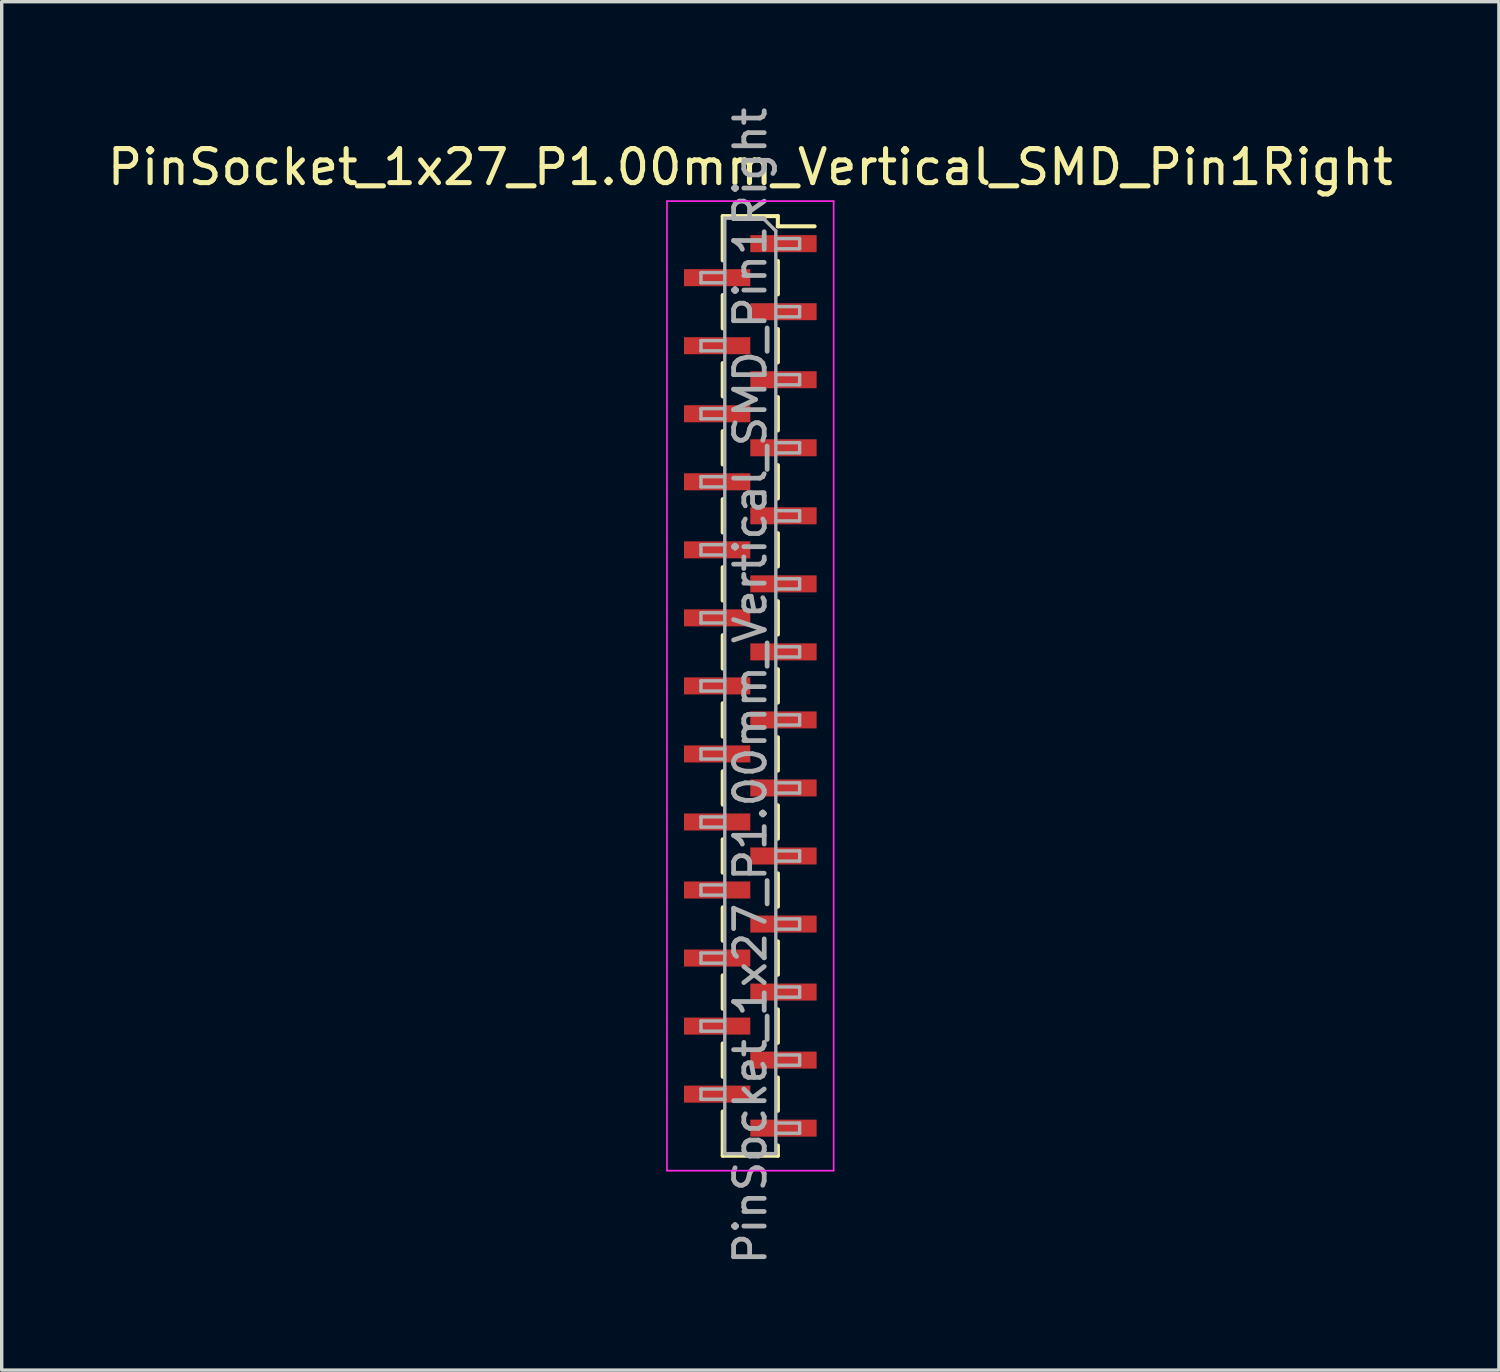
<source format=kicad_pcb>
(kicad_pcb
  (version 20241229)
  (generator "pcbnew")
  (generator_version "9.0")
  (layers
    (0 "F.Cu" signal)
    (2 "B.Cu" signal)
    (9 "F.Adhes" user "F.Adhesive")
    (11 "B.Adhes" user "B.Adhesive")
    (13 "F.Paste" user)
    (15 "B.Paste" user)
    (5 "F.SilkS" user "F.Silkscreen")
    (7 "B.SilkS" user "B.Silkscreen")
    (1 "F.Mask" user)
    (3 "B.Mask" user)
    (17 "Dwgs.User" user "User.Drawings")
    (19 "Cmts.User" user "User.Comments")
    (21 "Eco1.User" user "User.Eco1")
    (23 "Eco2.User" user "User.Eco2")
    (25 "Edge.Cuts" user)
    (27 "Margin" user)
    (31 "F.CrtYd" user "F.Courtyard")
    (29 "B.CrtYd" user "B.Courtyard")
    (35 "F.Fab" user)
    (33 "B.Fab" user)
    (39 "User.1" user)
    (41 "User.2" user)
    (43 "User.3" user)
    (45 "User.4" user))
  (footprint "PinSocket_1x27_P1.00mm_Vertical_SMD_Pin1Right"
    (layer "F.Cu")
    (at 19.006 17.113)
    (property "Reference" "PinSocket_1x27_P1.00mm_Vertical_SMD_Pin1Right" (at 0 -15.25 0) (layer "F.SilkS") (effects (font (size 1 1) (thickness 0.15))))
    (attr smd)
    (fp_line (start -0.81 -13.81) (end -0.81 -12.51) (stroke (width 0.12) (type solid)) (layer "F.SilkS"))
    (fp_line (start -0.81 -13.81) (end 0.81 -13.81) (stroke (width 0.12) (type solid)) (layer "F.SilkS"))
    (fp_line (start -0.81 -11.49) (end -0.81 -10.51) (stroke (width 0.12) (type solid)) (layer "F.SilkS"))
    (fp_line (start -0.81 -9.49) (end -0.81 -8.51) (stroke (width 0.12) (type solid)) (layer "F.SilkS"))
    (fp_line (start -0.81 -7.49) (end -0.81 -6.51) (stroke (width 0.12) (type solid)) (layer "F.SilkS"))
    (fp_line (start -0.81 -5.49) (end -0.81 -4.51) (stroke (width 0.12) (type solid)) (layer "F.SilkS"))
    (fp_line (start -0.81 -3.49) (end -0.81 -2.51) (stroke (width 0.12) (type solid)) (layer "F.SilkS"))
    (fp_line (start -0.81 -1.49) (end -0.81 -0.51) (stroke (width 0.12) (type solid)) (layer "F.SilkS"))
    (fp_line (start -0.81 0.51) (end -0.81 1.49) (stroke (width 0.12) (type solid)) (layer "F.SilkS"))
    (fp_line (start -0.81 2.51) (end -0.81 3.49) (stroke (width 0.12) (type solid)) (layer "F.SilkS"))
    (fp_line (start -0.81 4.51) (end -0.81 5.49) (stroke (width 0.12) (type solid)) (layer "F.SilkS"))
    (fp_line (start -0.81 6.51) (end -0.81 7.49) (stroke (width 0.12) (type solid)) (layer "F.SilkS"))
    (fp_line (start -0.81 8.51) (end -0.81 9.49) (stroke (width 0.12) (type solid)) (layer "F.SilkS"))
    (fp_line (start -0.81 10.51) (end -0.81 11.49) (stroke (width 0.12) (type solid)) (layer "F.SilkS"))
    (fp_line (start -0.81 12.51) (end -0.81 13.81) (stroke (width 0.12) (type solid)) (layer "F.SilkS"))
    (fp_line (start -0.81 13.81) (end 0.81 13.81) (stroke (width 0.12) (type solid)) (layer "F.SilkS"))
    (fp_line (start 0.81 -13.81) (end 0.81 -13.51) (stroke (width 0.12) (type solid)) (layer "F.SilkS"))
    (fp_line (start 0.81 -13.51) (end 1.89 -13.51) (stroke (width 0.12) (type solid)) (layer "F.SilkS"))
    (fp_line (start 0.81 -12.49) (end 0.81 -11.51) (stroke (width 0.12) (type solid)) (layer "F.SilkS"))
    (fp_line (start 0.81 -10.49) (end 0.81 -9.51) (stroke (width 0.12) (type solid)) (layer "F.SilkS"))
    (fp_line (start 0.81 -8.49) (end 0.81 -7.51) (stroke (width 0.12) (type solid)) (layer "F.SilkS"))
    (fp_line (start 0.81 -6.49) (end 0.81 -5.51) (stroke (width 0.12) (type solid)) (layer "F.SilkS"))
    (fp_line (start 0.81 -4.49) (end 0.81 -3.51) (stroke (width 0.12) (type solid)) (layer "F.SilkS"))
    (fp_line (start 0.81 -2.49) (end 0.81 -1.51) (stroke (width 0.12) (type solid)) (layer "F.SilkS"))
    (fp_line (start 0.81 -0.49) (end 0.81 0.49) (stroke (width 0.12) (type solid)) (layer "F.SilkS"))
    (fp_line (start 0.81 1.51) (end 0.81 2.49) (stroke (width 0.12) (type solid)) (layer "F.SilkS"))
    (fp_line (start 0.81 3.51) (end 0.81 4.49) (stroke (width 0.12) (type solid)) (layer "F.SilkS"))
    (fp_line (start 0.81 5.51) (end 0.81 6.49) (stroke (width 0.12) (type solid)) (layer "F.SilkS"))
    (fp_line (start 0.81 7.51) (end 0.81 8.49) (stroke (width 0.12) (type solid)) (layer "F.SilkS"))
    (fp_line (start 0.81 9.51) (end 0.81 10.49) (stroke (width 0.12) (type solid)) (layer "F.SilkS"))
    (fp_line (start 0.81 11.51) (end 0.81 12.49) (stroke (width 0.12) (type solid)) (layer "F.SilkS"))
    (fp_line (start 0.81 13.51) (end 0.81 13.81) (stroke (width 0.12) (type solid)) (layer "F.SilkS"))
    (fp_line (start -2.45 -14.25) (end 2.45 -14.25) (stroke (width 0.05) (type solid)) (layer "F.CrtYd"))
    (fp_line (start -2.45 14.25) (end -2.45 -14.25) (stroke (width 0.05) (type solid)) (layer "F.CrtYd"))
    (fp_line (start 2.45 -14.25) (end 2.45 14.25) (stroke (width 0.05) (type solid)) (layer "F.CrtYd"))
    (fp_line (start 2.45 14.25) (end -2.45 14.25) (stroke (width 0.05) (type solid)) (layer "F.CrtYd"))
    (fp_line (start -1.45 -12.15) (end -0.75 -12.15) (stroke (width 0.1) (type solid)) (layer "F.Fab"))
    (fp_line (start -1.45 -11.85) (end -1.45 -12.15) (stroke (width 0.1) (type solid)) (layer "F.Fab"))
    (fp_line (start -1.45 -10.15) (end -0.75 -10.15) (stroke (width 0.1) (type solid)) (layer "F.Fab"))
    (fp_line (start -1.45 -9.85) (end -1.45 -10.15) (stroke (width 0.1) (type solid)) (layer "F.Fab"))
    (fp_line (start -1.45 -8.15) (end -0.75 -8.15) (stroke (width 0.1) (type solid)) (layer "F.Fab"))
    (fp_line (start -1.45 -7.85) (end -1.45 -8.15) (stroke (width 0.1) (type solid)) (layer "F.Fab"))
    (fp_line (start -1.45 -6.15) (end -0.75 -6.15) (stroke (width 0.1) (type solid)) (layer "F.Fab"))
    (fp_line (start -1.45 -5.85) (end -1.45 -6.15) (stroke (width 0.1) (type solid)) (layer "F.Fab"))
    (fp_line (start -1.45 -4.15) (end -0.75 -4.15) (stroke (width 0.1) (type solid)) (layer "F.Fab"))
    (fp_line (start -1.45 -3.85) (end -1.45 -4.15) (stroke (width 0.1) (type solid)) (layer "F.Fab"))
    (fp_line (start -1.45 -2.15) (end -0.75 -2.15) (stroke (width 0.1) (type solid)) (layer "F.Fab"))
    (fp_line (start -1.45 -1.85) (end -1.45 -2.15) (stroke (width 0.1) (type solid)) (layer "F.Fab"))
    (fp_line (start -1.45 -0.15) (end -0.75 -0.15) (stroke (width 0.1) (type solid)) (layer "F.Fab"))
    (fp_line (start -1.45 0.15) (end -1.45 -0.15) (stroke (width 0.1) (type solid)) (layer "F.Fab"))
    (fp_line (start -1.45 1.85) (end -0.75 1.85) (stroke (width 0.1) (type solid)) (layer "F.Fab"))
    (fp_line (start -1.45 2.15) (end -1.45 1.85) (stroke (width 0.1) (type solid)) (layer "F.Fab"))
    (fp_line (start -1.45 3.85) (end -0.75 3.85) (stroke (width 0.1) (type solid)) (layer "F.Fab"))
    (fp_line (start -1.45 4.15) (end -1.45 3.85) (stroke (width 0.1) (type solid)) (layer "F.Fab"))
    (fp_line (start -1.45 5.85) (end -0.75 5.85) (stroke (width 0.1) (type solid)) (layer "F.Fab"))
    (fp_line (start -1.45 6.15) (end -1.45 5.85) (stroke (width 0.1) (type solid)) (layer "F.Fab"))
    (fp_line (start -1.45 7.85) (end -0.75 7.85) (stroke (width 0.1) (type solid)) (layer "F.Fab"))
    (fp_line (start -1.45 8.15) (end -1.45 7.85) (stroke (width 0.1) (type solid)) (layer "F.Fab"))
    (fp_line (start -1.45 9.85) (end -0.75 9.85) (stroke (width 0.1) (type solid)) (layer "F.Fab"))
    (fp_line (start -1.45 10.15) (end -1.45 9.85) (stroke (width 0.1) (type solid)) (layer "F.Fab"))
    (fp_line (start -1.45 11.85) (end -0.75 11.85) (stroke (width 0.1) (type solid)) (layer "F.Fab"))
    (fp_line (start -1.45 12.15) (end -1.45 11.85) (stroke (width 0.1) (type solid)) (layer "F.Fab"))
    (fp_line (start -0.75 -13.75) (end 0.375 -13.75) (stroke (width 0.1) (type solid)) (layer "F.Fab"))
    (fp_line (start -0.75 -11.85) (end -1.45 -11.85) (stroke (width 0.1) (type solid)) (layer "F.Fab"))
    (fp_line (start -0.75 -9.85) (end -1.45 -9.85) (stroke (width 0.1) (type solid)) (layer "F.Fab"))
    (fp_line (start -0.75 -7.85) (end -1.45 -7.85) (stroke (width 0.1) (type solid)) (layer "F.Fab"))
    (fp_line (start -0.75 -5.85) (end -1.45 -5.85) (stroke (width 0.1) (type solid)) (layer "F.Fab"))
    (fp_line (start -0.75 -3.85) (end -1.45 -3.85) (stroke (width 0.1) (type solid)) (layer "F.Fab"))
    (fp_line (start -0.75 -1.85) (end -1.45 -1.85) (stroke (width 0.1) (type solid)) (layer "F.Fab"))
    (fp_line (start -0.75 0.15) (end -1.45 0.15) (stroke (width 0.1) (type solid)) (layer "F.Fab"))
    (fp_line (start -0.75 2.15) (end -1.45 2.15) (stroke (width 0.1) (type solid)) (layer "F.Fab"))
    (fp_line (start -0.75 4.15) (end -1.45 4.15) (stroke (width 0.1) (type solid)) (layer "F.Fab"))
    (fp_line (start -0.75 6.15) (end -1.45 6.15) (stroke (width 0.1) (type solid)) (layer "F.Fab"))
    (fp_line (start -0.75 8.15) (end -1.45 8.15) (stroke (width 0.1) (type solid)) (layer "F.Fab"))
    (fp_line (start -0.75 10.15) (end -1.45 10.15) (stroke (width 0.1) (type solid)) (layer "F.Fab"))
    (fp_line (start -0.75 12.15) (end -1.45 12.15) (stroke (width 0.1) (type solid)) (layer "F.Fab"))
    (fp_line (start -0.75 13.75) (end -0.75 -13.75) (stroke (width 0.1) (type solid)) (layer "F.Fab"))
    (fp_line (start 0.375 -13.75) (end 0.75 -13.375) (stroke (width 0.1) (type solid)) (layer "F.Fab"))
    (fp_line (start 0.75 -13.375) (end 0.75 13.75) (stroke (width 0.1) (type solid)) (layer "F.Fab"))
    (fp_line (start 0.75 -13.15) (end 1.45 -13.15) (stroke (width 0.1) (type solid)) (layer "F.Fab"))
    (fp_line (start 0.75 -11.15) (end 1.45 -11.15) (stroke (width 0.1) (type solid)) (layer "F.Fab"))
    (fp_line (start 0.75 -9.15) (end 1.45 -9.15) (stroke (width 0.1) (type solid)) (layer "F.Fab"))
    (fp_line (start 0.75 -7.15) (end 1.45 -7.15) (stroke (width 0.1) (type solid)) (layer "F.Fab"))
    (fp_line (start 0.75 -5.15) (end 1.45 -5.15) (stroke (width 0.1) (type solid)) (layer "F.Fab"))
    (fp_line (start 0.75 -3.15) (end 1.45 -3.15) (stroke (width 0.1) (type solid)) (layer "F.Fab"))
    (fp_line (start 0.75 -1.15) (end 1.45 -1.15) (stroke (width 0.1) (type solid)) (layer "F.Fab"))
    (fp_line (start 0.75 0.85) (end 1.45 0.85) (stroke (width 0.1) (type solid)) (layer "F.Fab"))
    (fp_line (start 0.75 2.85) (end 1.45 2.85) (stroke (width 0.1) (type solid)) (layer "F.Fab"))
    (fp_line (start 0.75 4.85) (end 1.45 4.85) (stroke (width 0.1) (type solid)) (layer "F.Fab"))
    (fp_line (start 0.75 6.85) (end 1.45 6.85) (stroke (width 0.1) (type solid)) (layer "F.Fab"))
    (fp_line (start 0.75 8.85) (end 1.45 8.85) (stroke (width 0.1) (type solid)) (layer "F.Fab"))
    (fp_line (start 0.75 10.85) (end 1.45 10.85) (stroke (width 0.1) (type solid)) (layer "F.Fab"))
    (fp_line (start 0.75 12.85) (end 1.45 12.85) (stroke (width 0.1) (type solid)) (layer "F.Fab"))
    (fp_line (start 0.75 13.75) (end -0.75 13.75) (stroke (width 0.1) (type solid)) (layer "F.Fab"))
    (fp_line (start 1.45 -13.15) (end 1.45 -12.85) (stroke (width 0.1) (type solid)) (layer "F.Fab"))
    (fp_line (start 1.45 -12.85) (end 0.75 -12.85) (stroke (width 0.1) (type solid)) (layer "F.Fab"))
    (fp_line (start 1.45 -11.15) (end 1.45 -10.85) (stroke (width 0.1) (type solid)) (layer "F.Fab"))
    (fp_line (start 1.45 -10.85) (end 0.75 -10.85) (stroke (width 0.1) (type solid)) (layer "F.Fab"))
    (fp_line (start 1.45 -9.15) (end 1.45 -8.85) (stroke (width 0.1) (type solid)) (layer "F.Fab"))
    (fp_line (start 1.45 -8.85) (end 0.75 -8.85) (stroke (width 0.1) (type solid)) (layer "F.Fab"))
    (fp_line (start 1.45 -7.15) (end 1.45 -6.85) (stroke (width 0.1) (type solid)) (layer "F.Fab"))
    (fp_line (start 1.45 -6.85) (end 0.75 -6.85) (stroke (width 0.1) (type solid)) (layer "F.Fab"))
    (fp_line (start 1.45 -5.15) (end 1.45 -4.85) (stroke (width 0.1) (type solid)) (layer "F.Fab"))
    (fp_line (start 1.45 -4.85) (end 0.75 -4.85) (stroke (width 0.1) (type solid)) (layer "F.Fab"))
    (fp_line (start 1.45 -3.15) (end 1.45 -2.85) (stroke (width 0.1) (type solid)) (layer "F.Fab"))
    (fp_line (start 1.45 -2.85) (end 0.75 -2.85) (stroke (width 0.1) (type solid)) (layer "F.Fab"))
    (fp_line (start 1.45 -1.15) (end 1.45 -0.85) (stroke (width 0.1) (type solid)) (layer "F.Fab"))
    (fp_line (start 1.45 -0.85) (end 0.75 -0.85) (stroke (width 0.1) (type solid)) (layer "F.Fab"))
    (fp_line (start 1.45 0.85) (end 1.45 1.15) (stroke (width 0.1) (type solid)) (layer "F.Fab"))
    (fp_line (start 1.45 1.15) (end 0.75 1.15) (stroke (width 0.1) (type solid)) (layer "F.Fab"))
    (fp_line (start 1.45 2.85) (end 1.45 3.15) (stroke (width 0.1) (type solid)) (layer "F.Fab"))
    (fp_line (start 1.45 3.15) (end 0.75 3.15) (stroke (width 0.1) (type solid)) (layer "F.Fab"))
    (fp_line (start 1.45 4.85) (end 1.45 5.15) (stroke (width 0.1) (type solid)) (layer "F.Fab"))
    (fp_line (start 1.45 5.15) (end 0.75 5.15) (stroke (width 0.1) (type solid)) (layer "F.Fab"))
    (fp_line (start 1.45 6.85) (end 1.45 7.15) (stroke (width 0.1) (type solid)) (layer "F.Fab"))
    (fp_line (start 1.45 7.15) (end 0.75 7.15) (stroke (width 0.1) (type solid)) (layer "F.Fab"))
    (fp_line (start 1.45 8.85) (end 1.45 9.15) (stroke (width 0.1) (type solid)) (layer "F.Fab"))
    (fp_line (start 1.45 9.15) (end 0.75 9.15) (stroke (width 0.1) (type solid)) (layer "F.Fab"))
    (fp_line (start 1.45 10.85) (end 1.45 11.15) (stroke (width 0.1) (type solid)) (layer "F.Fab"))
    (fp_line (start 1.45 11.15) (end 0.75 11.15) (stroke (width 0.1) (type solid)) (layer "F.Fab"))
    (fp_line (start 1.45 12.85) (end 1.45 13.15) (stroke (width 0.1) (type solid)) (layer "F.Fab"))
    (fp_line (start 1.45 13.15) (end 0.75 13.15) (stroke (width 0.1) (type solid)) (layer "F.Fab"))
    (fp_text user "${REFERENCE}" (at 0 0 90) (layer "F.Fab") (effects (font (size 0.9 0.9) (thickness 0.14))))
    (pad "1" smd rect (at 0.975 -13) (size 1.95 0.5) (layers "F.Cu" "F.Mask" "F.Paste"))
    (pad "2" smd rect (at -0.975 -12) (size 1.95 0.5) (layers "F.Cu" "F.Mask" "F.Paste"))
    (pad "3" smd rect (at 0.975 -11) (size 1.95 0.5) (layers "F.Cu" "F.Mask" "F.Paste"))
    (pad "4" smd rect (at -0.975 -10) (size 1.95 0.5) (layers "F.Cu" "F.Mask" "F.Paste"))
    (pad "5" smd rect (at 0.975 -9) (size 1.95 0.5) (layers "F.Cu" "F.Mask" "F.Paste"))
    (pad "6" smd rect (at -0.975 -8) (size 1.95 0.5) (layers "F.Cu" "F.Mask" "F.Paste"))
    (pad "7" smd rect (at 0.975 -7) (size 1.95 0.5) (layers "F.Cu" "F.Mask" "F.Paste"))
    (pad "8" smd rect (at -0.975 -6) (size 1.95 0.5) (layers "F.Cu" "F.Mask" "F.Paste"))
    (pad "9" smd rect (at 0.975 -5) (size 1.95 0.5) (layers "F.Cu" "F.Mask" "F.Paste"))
    (pad "10" smd rect (at -0.975 -4) (size 1.95 0.5) (layers "F.Cu" "F.Mask" "F.Paste"))
    (pad "11" smd rect (at 0.975 -3) (size 1.95 0.5) (layers "F.Cu" "F.Mask" "F.Paste"))
    (pad "12" smd rect (at -0.975 -2) (size 1.95 0.5) (layers "F.Cu" "F.Mask" "F.Paste"))
    (pad "13" smd rect (at 0.975 -1) (size 1.95 0.5) (layers "F.Cu" "F.Mask" "F.Paste"))
    (pad "14" smd rect (at -0.975 0) (size 1.95 0.5) (layers "F.Cu" "F.Mask" "F.Paste"))
    (pad "15" smd rect (at 0.975 1) (size 1.95 0.5) (layers "F.Cu" "F.Mask" "F.Paste"))
    (pad "16" smd rect (at -0.975 2) (size 1.95 0.5) (layers "F.Cu" "F.Mask" "F.Paste"))
    (pad "17" smd rect (at 0.975 3) (size 1.95 0.5) (layers "F.Cu" "F.Mask" "F.Paste"))
    (pad "18" smd rect (at -0.975 4) (size 1.95 0.5) (layers "F.Cu" "F.Mask" "F.Paste"))
    (pad "19" smd rect (at 0.975 5) (size 1.95 0.5) (layers "F.Cu" "F.Mask" "F.Paste"))
    (pad "20" smd rect (at -0.975 6) (size 1.95 0.5) (layers "F.Cu" "F.Mask" "F.Paste"))
    (pad "21" smd rect (at 0.975 7) (size 1.95 0.5) (layers "F.Cu" "F.Mask" "F.Paste"))
    (pad "22" smd rect (at -0.975 8) (size 1.95 0.5) (layers "F.Cu" "F.Mask" "F.Paste"))
    (pad "23" smd rect (at 0.975 9) (size 1.95 0.5) (layers "F.Cu" "F.Mask" "F.Paste"))
    (pad "24" smd rect (at -0.975 10) (size 1.95 0.5) (layers "F.Cu" "F.Mask" "F.Paste"))
    (pad "25" smd rect (at 0.975 11) (size 1.95 0.5) (layers "F.Cu" "F.Mask" "F.Paste"))
    (pad "26" smd rect (at -0.975 12) (size 1.95 0.5) (layers "F.Cu" "F.Mask" "F.Paste"))
    (pad "27" smd rect (at 0.975 13) (size 1.95 0.5) (layers "F.Cu" "F.Mask" "F.Paste")))
  (gr_rect
    (start -3 -3)
    (end 41.012 37.226)
    (stroke (width 0.1) (type default))
    (fill no)
    (layer "Edge.Cuts")))
</source>
